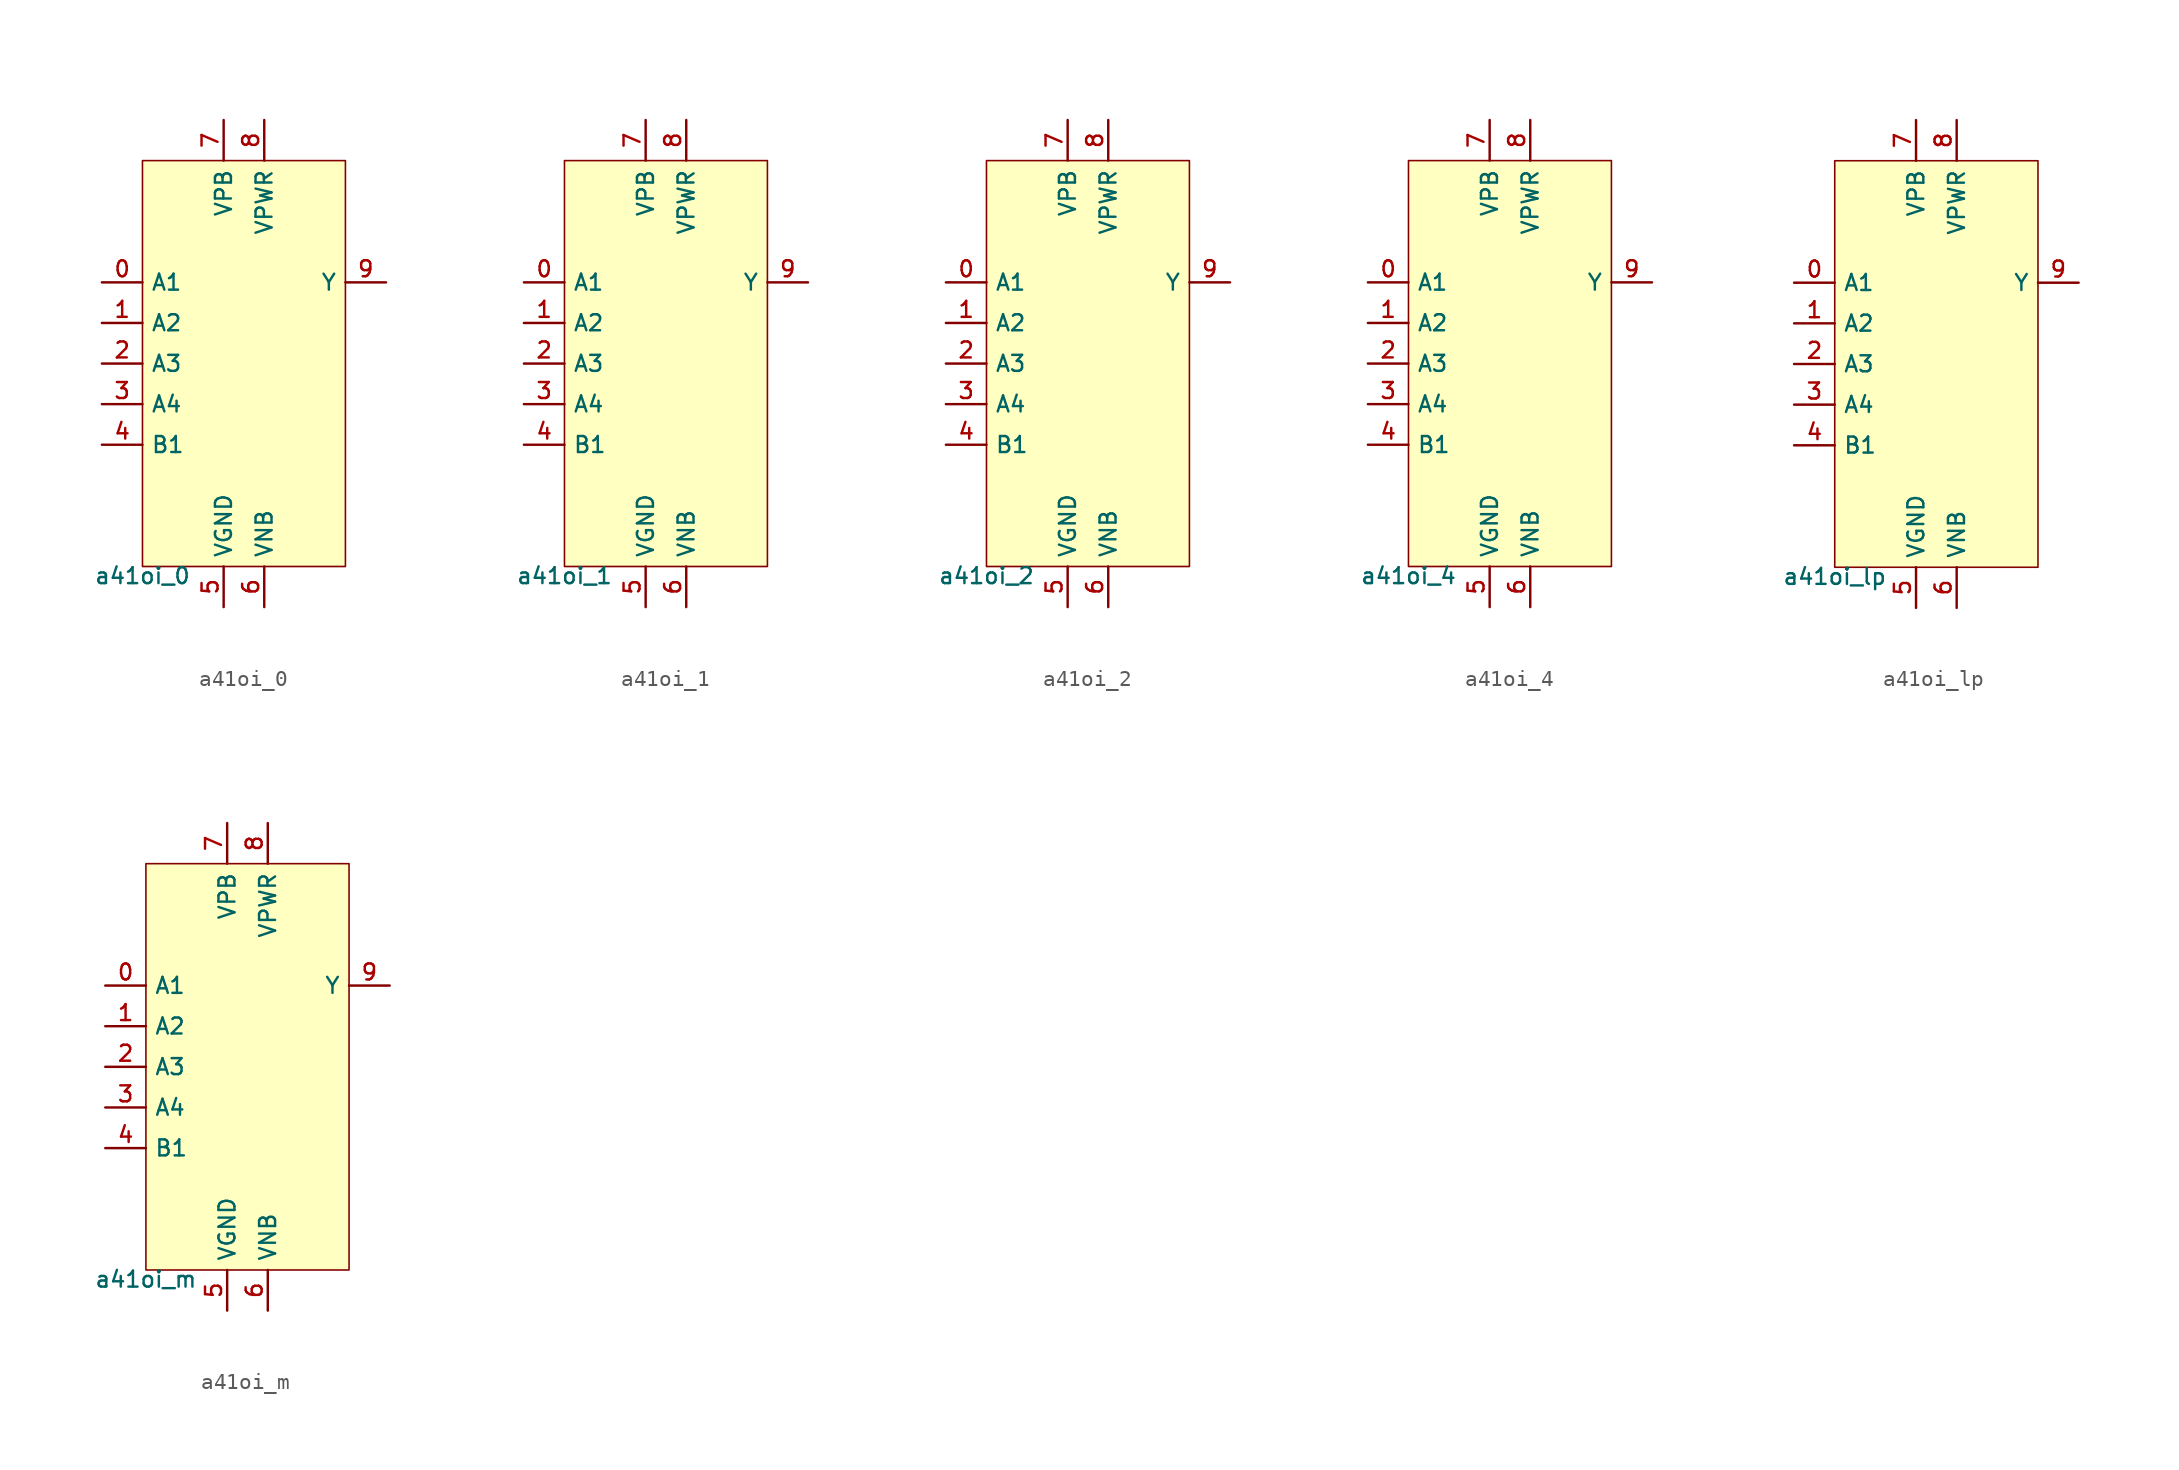
<source format=kicad_sym>
(kicad_symbol_lib
  (version 20211014)
  (generator pdk2kicad)
  (symbol "a41oi_0"
    (property "Reference" "X"
      (at 0 0 0)
      (effects (font (size 1 1)) hide))
    (property "Value" "a41oi_0"
      (at -6.35 -12.7 0)
      (effects (font (size 1 1)) (justify top)))
    (rectangle
      (start -6.35 -12.7)
      (end 6.35 12.7)
      (stroke (width 0.1) (type solid) (color 0 0 0 0))
      (fill (type background)))
    (pin input line
      (at -8.89 5.08 0)
      (length 2.54)
      (name "A1" (effects (font (size 1 1)) hide))
      (number "0" (effects (font (size 1 1)) hide)))
    (pin input line
      (at -8.89 2.54 0)
      (length 2.54)
      (name "A2" (effects (font (size 1 1)) hide))
      (number "1" (effects (font (size 1 1)) hide)))
    (pin input line
      (at -8.89 -8.881784197001252e-16 0)
      (length 2.54)
      (name "A3" (effects (font (size 1 1)) hide))
      (number "2" (effects (font (size 1 1)) hide)))
    (pin input line
      (at -8.89 -2.54 0)
      (length 2.54)
      (name "A4" (effects (font (size 1 1)) hide))
      (number "3" (effects (font (size 1 1)) hide)))
    (pin input line
      (at -8.89 -5.08 0)
      (length 2.54)
      (name "B1" (effects (font (size 1 1)) hide))
      (number "4" (effects (font (size 1 1)) hide)))
    (pin power_in line
      (at -1.27 -15.24 90)
      (length 2.54)
      (name "VGND" (effects (font (size 1 1)) hide))
      (number "5" (effects (font (size 1 1)) hide)))
    (pin power_in line
      (at 1.27 -15.24 90)
      (length 2.54)
      (name "VNB" (effects (font (size 1 1)) hide))
      (number "6" (effects (font (size 1 1)) hide)))
    (pin power_in line
      (at -1.27 15.24 270)
      (length 2.54)
      (name "VPB" (effects (font (size 1 1)) hide))
      (number "7" (effects (font (size 1 1)) hide)))
    (pin power_in line
      (at 1.27 15.24 270)
      (length 2.54)
      (name "VPWR" (effects (font (size 1 1)) hide))
      (number "8" (effects (font (size 1 1)) hide)))
    (pin output line
      (at 8.89 5.08 180)
      (length 2.54)
      (name "Y" (effects (font (size 1 1)) hide))
      (number "9" (effects (font (size 1 1)) hide))))
  (symbol "a41oi_1"
    (property "Reference" "X"
      (at 0 0 0)
      (effects (font (size 1 1)) hide))
    (property "Value" "a41oi_1"
      (at -6.35 -12.7 0)
      (effects (font (size 1 1)) (justify top)))
    (rectangle
      (start -6.35 -12.7)
      (end 6.35 12.7)
      (stroke (width 0.1) (type solid) (color 0 0 0 0))
      (fill (type background)))
    (pin input line
      (at -8.89 5.08 0)
      (length 2.54)
      (name "A1" (effects (font (size 1 1)) hide))
      (number "0" (effects (font (size 1 1)) hide)))
    (pin input line
      (at -8.89 2.54 0)
      (length 2.54)
      (name "A2" (effects (font (size 1 1)) hide))
      (number "1" (effects (font (size 1 1)) hide)))
    (pin input line
      (at -8.89 -8.881784197001252e-16 0)
      (length 2.54)
      (name "A3" (effects (font (size 1 1)) hide))
      (number "2" (effects (font (size 1 1)) hide)))
    (pin input line
      (at -8.89 -2.54 0)
      (length 2.54)
      (name "A4" (effects (font (size 1 1)) hide))
      (number "3" (effects (font (size 1 1)) hide)))
    (pin input line
      (at -8.89 -5.08 0)
      (length 2.54)
      (name "B1" (effects (font (size 1 1)) hide))
      (number "4" (effects (font (size 1 1)) hide)))
    (pin power_in line
      (at -1.27 -15.24 90)
      (length 2.54)
      (name "VGND" (effects (font (size 1 1)) hide))
      (number "5" (effects (font (size 1 1)) hide)))
    (pin power_in line
      (at 1.27 -15.24 90)
      (length 2.54)
      (name "VNB" (effects (font (size 1 1)) hide))
      (number "6" (effects (font (size 1 1)) hide)))
    (pin power_in line
      (at -1.27 15.24 270)
      (length 2.54)
      (name "VPB" (effects (font (size 1 1)) hide))
      (number "7" (effects (font (size 1 1)) hide)))
    (pin power_in line
      (at 1.27 15.24 270)
      (length 2.54)
      (name "VPWR" (effects (font (size 1 1)) hide))
      (number "8" (effects (font (size 1 1)) hide)))
    (pin output line
      (at 8.89 5.08 180)
      (length 2.54)
      (name "Y" (effects (font (size 1 1)) hide))
      (number "9" (effects (font (size 1 1)) hide))))
  (symbol "a41oi_2"
    (property "Reference" "X"
      (at 0 0 0)
      (effects (font (size 1 1)) hide))
    (property "Value" "a41oi_2"
      (at -6.35 -12.7 0)
      (effects (font (size 1 1)) (justify top)))
    (rectangle
      (start -6.35 -12.7)
      (end 6.35 12.7)
      (stroke (width 0.1) (type solid) (color 0 0 0 0))
      (fill (type background)))
    (pin input line
      (at -8.89 5.08 0)
      (length 2.54)
      (name "A1" (effects (font (size 1 1)) hide))
      (number "0" (effects (font (size 1 1)) hide)))
    (pin input line
      (at -8.89 2.54 0)
      (length 2.54)
      (name "A2" (effects (font (size 1 1)) hide))
      (number "1" (effects (font (size 1 1)) hide)))
    (pin input line
      (at -8.89 -8.881784197001252e-16 0)
      (length 2.54)
      (name "A3" (effects (font (size 1 1)) hide))
      (number "2" (effects (font (size 1 1)) hide)))
    (pin input line
      (at -8.89 -2.54 0)
      (length 2.54)
      (name "A4" (effects (font (size 1 1)) hide))
      (number "3" (effects (font (size 1 1)) hide)))
    (pin input line
      (at -8.89 -5.08 0)
      (length 2.54)
      (name "B1" (effects (font (size 1 1)) hide))
      (number "4" (effects (font (size 1 1)) hide)))
    (pin power_in line
      (at -1.27 -15.24 90)
      (length 2.54)
      (name "VGND" (effects (font (size 1 1)) hide))
      (number "5" (effects (font (size 1 1)) hide)))
    (pin power_in line
      (at 1.27 -15.24 90)
      (length 2.54)
      (name "VNB" (effects (font (size 1 1)) hide))
      (number "6" (effects (font (size 1 1)) hide)))
    (pin power_in line
      (at -1.27 15.24 270)
      (length 2.54)
      (name "VPB" (effects (font (size 1 1)) hide))
      (number "7" (effects (font (size 1 1)) hide)))
    (pin power_in line
      (at 1.27 15.24 270)
      (length 2.54)
      (name "VPWR" (effects (font (size 1 1)) hide))
      (number "8" (effects (font (size 1 1)) hide)))
    (pin output line
      (at 8.89 5.08 180)
      (length 2.54)
      (name "Y" (effects (font (size 1 1)) hide))
      (number "9" (effects (font (size 1 1)) hide))))
  (symbol "a41oi_4"
    (property "Reference" "X"
      (at 0 0 0)
      (effects (font (size 1 1)) hide))
    (property "Value" "a41oi_4"
      (at -6.35 -12.7 0)
      (effects (font (size 1 1)) (justify top)))
    (rectangle
      (start -6.35 -12.7)
      (end 6.35 12.7)
      (stroke (width 0.1) (type solid) (color 0 0 0 0))
      (fill (type background)))
    (pin input line
      (at -8.89 5.08 0)
      (length 2.54)
      (name "A1" (effects (font (size 1 1)) hide))
      (number "0" (effects (font (size 1 1)) hide)))
    (pin input line
      (at -8.89 2.54 0)
      (length 2.54)
      (name "A2" (effects (font (size 1 1)) hide))
      (number "1" (effects (font (size 1 1)) hide)))
    (pin input line
      (at -8.89 -8.881784197001252e-16 0)
      (length 2.54)
      (name "A3" (effects (font (size 1 1)) hide))
      (number "2" (effects (font (size 1 1)) hide)))
    (pin input line
      (at -8.89 -2.54 0)
      (length 2.54)
      (name "A4" (effects (font (size 1 1)) hide))
      (number "3" (effects (font (size 1 1)) hide)))
    (pin input line
      (at -8.89 -5.08 0)
      (length 2.54)
      (name "B1" (effects (font (size 1 1)) hide))
      (number "4" (effects (font (size 1 1)) hide)))
    (pin power_in line
      (at -1.27 -15.24 90)
      (length 2.54)
      (name "VGND" (effects (font (size 1 1)) hide))
      (number "5" (effects (font (size 1 1)) hide)))
    (pin power_in line
      (at 1.27 -15.24 90)
      (length 2.54)
      (name "VNB" (effects (font (size 1 1)) hide))
      (number "6" (effects (font (size 1 1)) hide)))
    (pin power_in line
      (at -1.27 15.24 270)
      (length 2.54)
      (name "VPB" (effects (font (size 1 1)) hide))
      (number "7" (effects (font (size 1 1)) hide)))
    (pin power_in line
      (at 1.27 15.24 270)
      (length 2.54)
      (name "VPWR" (effects (font (size 1 1)) hide))
      (number "8" (effects (font (size 1 1)) hide)))
    (pin output line
      (at 8.89 5.08 180)
      (length 2.54)
      (name "Y" (effects (font (size 1 1)) hide))
      (number "9" (effects (font (size 1 1)) hide))))
  (symbol "a41oi_lp"
    (property "Reference" "X"
      (at 0 0 0)
      (effects (font (size 1 1)) hide))
    (property "Value" "a41oi_lp"
      (at -6.35 -12.7 0)
      (effects (font (size 1 1)) (justify top)))
    (rectangle
      (start -6.35 -12.7)
      (end 6.35 12.7)
      (stroke (width 0.1) (type solid) (color 0 0 0 0))
      (fill (type background)))
    (pin input line
      (at -8.89 5.08 0)
      (length 2.54)
      (name "A1" (effects (font (size 1 1)) hide))
      (number "0" (effects (font (size 1 1)) hide)))
    (pin input line
      (at -8.89 2.54 0)
      (length 2.54)
      (name "A2" (effects (font (size 1 1)) hide))
      (number "1" (effects (font (size 1 1)) hide)))
    (pin input line
      (at -8.89 -8.881784197001252e-16 0)
      (length 2.54)
      (name "A3" (effects (font (size 1 1)) hide))
      (number "2" (effects (font (size 1 1)) hide)))
    (pin input line
      (at -8.89 -2.54 0)
      (length 2.54)
      (name "A4" (effects (font (size 1 1)) hide))
      (number "3" (effects (font (size 1 1)) hide)))
    (pin input line
      (at -8.89 -5.08 0)
      (length 2.54)
      (name "B1" (effects (font (size 1 1)) hide))
      (number "4" (effects (font (size 1 1)) hide)))
    (pin power_in line
      (at -1.27 -15.24 90)
      (length 2.54)
      (name "VGND" (effects (font (size 1 1)) hide))
      (number "5" (effects (font (size 1 1)) hide)))
    (pin power_in line
      (at 1.27 -15.24 90)
      (length 2.54)
      (name "VNB" (effects (font (size 1 1)) hide))
      (number "6" (effects (font (size 1 1)) hide)))
    (pin power_in line
      (at -1.27 15.24 270)
      (length 2.54)
      (name "VPB" (effects (font (size 1 1)) hide))
      (number "7" (effects (font (size 1 1)) hide)))
    (pin power_in line
      (at 1.27 15.24 270)
      (length 2.54)
      (name "VPWR" (effects (font (size 1 1)) hide))
      (number "8" (effects (font (size 1 1)) hide)))
    (pin output line
      (at 8.89 5.08 180)
      (length 2.54)
      (name "Y" (effects (font (size 1 1)) hide))
      (number "9" (effects (font (size 1 1)) hide))))
  (symbol "a41oi_m"
    (property "Reference" "X"
      (at 0 0 0)
      (effects (font (size 1 1)) hide))
    (property "Value" "a41oi_m"
      (at -6.35 -12.7 0)
      (effects (font (size 1 1)) (justify top)))
    (rectangle
      (start -6.35 -12.7)
      (end 6.35 12.7)
      (stroke (width 0.1) (type solid) (color 0 0 0 0))
      (fill (type background)))
    (pin input line
      (at -8.89 5.08 0)
      (length 2.54)
      (name "A1" (effects (font (size 1 1)) hide))
      (number "0" (effects (font (size 1 1)) hide)))
    (pin input line
      (at -8.89 2.54 0)
      (length 2.54)
      (name "A2" (effects (font (size 1 1)) hide))
      (number "1" (effects (font (size 1 1)) hide)))
    (pin input line
      (at -8.89 -8.881784197001252e-16 0)
      (length 2.54)
      (name "A3" (effects (font (size 1 1)) hide))
      (number "2" (effects (font (size 1 1)) hide)))
    (pin input line
      (at -8.89 -2.54 0)
      (length 2.54)
      (name "A4" (effects (font (size 1 1)) hide))
      (number "3" (effects (font (size 1 1)) hide)))
    (pin input line
      (at -8.89 -5.08 0)
      (length 2.54)
      (name "B1" (effects (font (size 1 1)) hide))
      (number "4" (effects (font (size 1 1)) hide)))
    (pin power_in line
      (at -1.27 -15.24 90)
      (length 2.54)
      (name "VGND" (effects (font (size 1 1)) hide))
      (number "5" (effects (font (size 1 1)) hide)))
    (pin power_in line
      (at 1.27 -15.24 90)
      (length 2.54)
      (name "VNB" (effects (font (size 1 1)) hide))
      (number "6" (effects (font (size 1 1)) hide)))
    (pin power_in line
      (at -1.27 15.24 270)
      (length 2.54)
      (name "VPB" (effects (font (size 1 1)) hide))
      (number "7" (effects (font (size 1 1)) hide)))
    (pin power_in line
      (at 1.27 15.24 270)
      (length 2.54)
      (name "VPWR" (effects (font (size 1 1)) hide))
      (number "8" (effects (font (size 1 1)) hide)))
    (pin output line
      (at 8.89 5.08 180)
      (length 2.54)
      (name "Y" (effects (font (size 1 1)) hide))
      (number "9" (effects (font (size 1 1)) hide)))))
</source>
